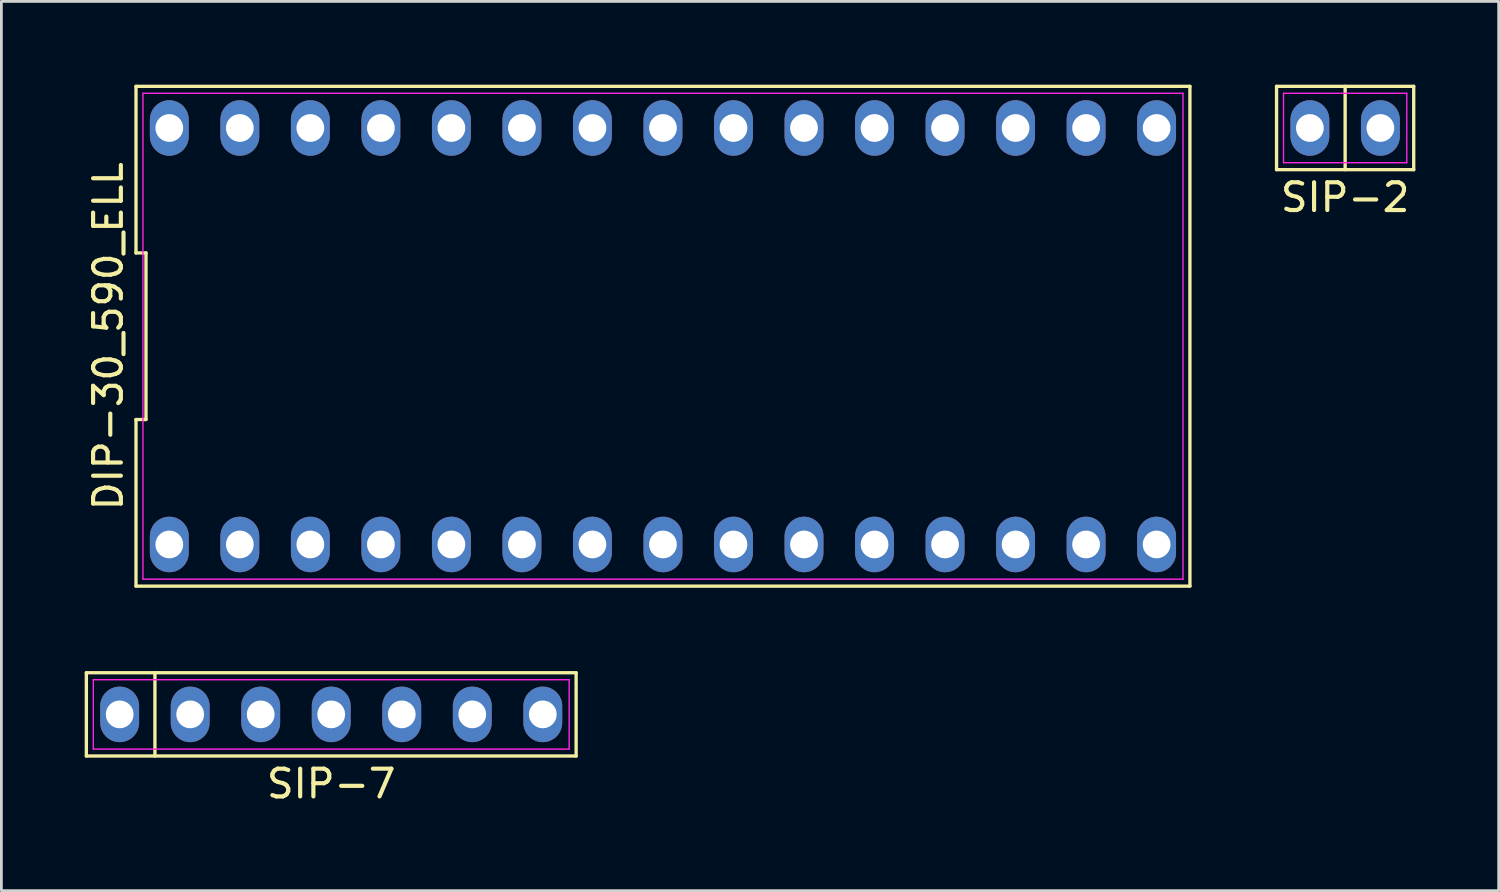
<source format=kicad_pcb>
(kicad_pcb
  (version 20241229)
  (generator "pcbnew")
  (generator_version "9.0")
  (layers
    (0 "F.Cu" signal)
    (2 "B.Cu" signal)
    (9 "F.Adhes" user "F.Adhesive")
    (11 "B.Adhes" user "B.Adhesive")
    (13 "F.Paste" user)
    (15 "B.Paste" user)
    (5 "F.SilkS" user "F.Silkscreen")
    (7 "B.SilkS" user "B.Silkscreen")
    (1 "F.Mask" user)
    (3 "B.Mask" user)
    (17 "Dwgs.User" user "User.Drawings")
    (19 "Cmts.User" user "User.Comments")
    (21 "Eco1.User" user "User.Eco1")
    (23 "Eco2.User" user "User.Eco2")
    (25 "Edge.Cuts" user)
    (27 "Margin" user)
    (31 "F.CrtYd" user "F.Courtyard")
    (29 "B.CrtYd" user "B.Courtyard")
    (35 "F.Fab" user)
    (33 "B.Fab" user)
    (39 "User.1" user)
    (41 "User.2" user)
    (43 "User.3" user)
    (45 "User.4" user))
  (footprint "SIP-2"
    (layer "F.Cu")
    (at 45.398 1.56)
    (property "Reference" "SIP-2" (at 0 2.5 0) (layer "F.SilkS") (effects (font (size 1 1) (thickness 0.15))))
    (attr through_hole)
    (fp_line (start -2.47 -1.5) (end 2.47 -1.5) (stroke (width 0.12) (type solid)) (layer "F.SilkS"))
    (fp_line (start -2.47 1.5) (end -2.47 -1.5) (stroke (width 0.12) (type solid)) (layer "F.SilkS"))
    (fp_line (start 0 -1.5) (end 0 1.5) (stroke (width 0.12) (type solid)) (layer "F.SilkS"))
    (fp_line (start 2.47 -1.5) (end 2.47 1.5) (stroke (width 0.12) (type solid)) (layer "F.SilkS"))
    (fp_line (start 2.47 1.5) (end -2.47 1.5) (stroke (width 0.12) (type solid)) (layer "F.SilkS"))
    (fp_line (start -2.22 -1.25) (end 2.22 -1.25) (stroke (width 0.05) (type solid)) (layer "F.CrtYd"))
    (fp_line (start -2.22 1.25) (end -2.22 -1.25) (stroke (width 0.05) (type solid)) (layer "F.CrtYd"))
    (fp_line (start 2.22 -1.25) (end 2.22 1.25) (stroke (width 0.05) (type solid)) (layer "F.CrtYd"))
    (fp_line (start 2.22 1.25) (end -2.22 1.25) (stroke (width 0.05) (type solid)) (layer "F.CrtYd"))
    (pad "1" thru_hole oval (at -1.27 0) (size 1.4 2) (drill 1) (layers "*.Cu" "*.Mask"))
    (pad "2" thru_hole oval (at 1.27 0) (size 1.4 2) (drill 1) (layers "*.Cu" "*.Mask")))
  (footprint "SIP-7"
    (layer "F.Cu")
    (at 8.88 22.68)
    (property "Reference" "SIP-7" (at 0 2.5 0) (layer "F.SilkS") (effects (font (size 1 1) (thickness 0.15))))
    (attr through_hole)
    (fp_line (start -8.82 -1.5) (end 8.82 -1.5) (stroke (width 0.12) (type solid)) (layer "F.SilkS"))
    (fp_line (start -8.82 1.5) (end -8.82 -1.5) (stroke (width 0.12) (type solid)) (layer "F.SilkS"))
    (fp_line (start -6.35 -1.5) (end -6.35 1.5) (stroke (width 0.12) (type solid)) (layer "F.SilkS"))
    (fp_line (start 8.82 -1.5) (end 8.82 1.5) (stroke (width 0.12) (type solid)) (layer "F.SilkS"))
    (fp_line (start 8.82 1.5) (end -8.82 1.5) (stroke (width 0.12) (type solid)) (layer "F.SilkS"))
    (fp_line (start -8.57 -1.25) (end 8.57 -1.25) (stroke (width 0.05) (type solid)) (layer "F.CrtYd"))
    (fp_line (start -8.57 1.25) (end -8.57 -1.25) (stroke (width 0.05) (type solid)) (layer "F.CrtYd"))
    (fp_line (start 8.57 -1.25) (end 8.57 1.25) (stroke (width 0.05) (type solid)) (layer "F.CrtYd"))
    (fp_line (start 8.57 1.25) (end -8.57 1.25) (stroke (width 0.05) (type solid)) (layer "F.CrtYd"))
    (pad "1" thru_hole oval (at -7.62 0) (size 1.4 2) (drill 1) (layers "*.Cu" "*.Mask"))
    (pad "2" thru_hole oval (at -5.08 0) (size 1.4 2) (drill 1) (layers "*.Cu" "*.Mask"))
    (pad "3" thru_hole oval (at -2.54 0) (size 1.4 2) (drill 1) (layers "*.Cu" "*.Mask"))
    (pad "4" thru_hole oval (at 0 0) (size 1.4 2) (drill 1) (layers "*.Cu" "*.Mask"))
    (pad "5" thru_hole oval (at 2.54 0) (size 1.4 2) (drill 1) (layers "*.Cu" "*.Mask"))
    (pad "6" thru_hole oval (at 5.08 0) (size 1.4 2) (drill 1) (layers "*.Cu" "*.Mask"))
    (pad "7" thru_hole oval (at 7.62 0) (size 1.4 2) (drill 1) (layers "*.Cu" "*.Mask")))
  (footprint "DIP-30_590_ELL"
    (layer "F.Cu")
    (at 20.828 9.06)
    (property "Reference" "DIP-30_590_ELL" (at -19.98 0 90) (layer "F.SilkS") (effects (font (size 1 1) (thickness 0.15))))
    (attr through_hole)
    (fp_line (start -18.98 -9) (end -18.98 -3) (stroke (width 0.12) (type solid)) (layer "F.SilkS"))
    (fp_line (start -18.98 -3) (end -18.62 -3) (stroke (width 0.12) (type solid)) (layer "F.SilkS"))
    (fp_line (start -18.98 3) (end -18.98 9) (stroke (width 0.12) (type solid)) (layer "F.SilkS"))
    (fp_line (start -18.98 9) (end 18.98 9) (stroke (width 0.12) (type solid)) (layer "F.SilkS"))
    (fp_line (start -18.62 -3) (end -18.62 3) (stroke (width 0.12) (type solid)) (layer "F.SilkS"))
    (fp_line (start -18.62 3) (end -18.98 3) (stroke (width 0.12) (type solid)) (layer "F.SilkS"))
    (fp_line (start 18.98 -9) (end -18.98 -9) (stroke (width 0.12) (type solid)) (layer "F.SilkS"))
    (fp_line (start 18.98 9) (end 18.98 -9) (stroke (width 0.12) (type solid)) (layer "F.SilkS"))
    (fp_line (start -18.73 -8.75) (end 18.73 -8.75) (stroke (width 0.05) (type solid)) (layer "F.CrtYd"))
    (fp_line (start -18.73 8.75) (end -18.73 -8.75) (stroke (width 0.05) (type solid)) (layer "F.CrtYd"))
    (fp_line (start 18.73 -8.75) (end 18.73 8.75) (stroke (width 0.05) (type solid)) (layer "F.CrtYd"))
    (fp_line (start 18.73 8.75) (end -18.73 8.75) (stroke (width 0.05) (type solid)) (layer "F.CrtYd"))
    (pad "1" thru_hole oval (at -17.78 7.5) (size 1.4 2) (drill 1) (layers "*.Cu" "*.Mask"))
    (pad "2" thru_hole oval (at -15.24 7.5) (size 1.4 2) (drill 1) (layers "*.Cu" "*.Mask"))
    (pad "3" thru_hole oval (at -12.7 7.5) (size 1.4 2) (drill 1) (layers "*.Cu" "*.Mask"))
    (pad "4" thru_hole oval (at -10.16 7.5) (size 1.4 2) (drill 1) (layers "*.Cu" "*.Mask"))
    (pad "5" thru_hole oval (at -7.62 7.5) (size 1.4 2) (drill 1) (layers "*.Cu" "*.Mask"))
    (pad "6" thru_hole oval (at -5.08 7.5) (size 1.4 2) (drill 1) (layers "*.Cu" "*.Mask"))
    (pad "7" thru_hole oval (at -2.54 7.5) (size 1.4 2) (drill 1) (layers "*.Cu" "*.Mask"))
    (pad "8" thru_hole oval (at 0 7.5) (size 1.4 2) (drill 1) (layers "*.Cu" "*.Mask"))
    (pad "9" thru_hole oval (at 2.54 7.5) (size 1.4 2) (drill 1) (layers "*.Cu" "*.Mask"))
    (pad "10" thru_hole oval (at 5.08 7.5) (size 1.4 2) (drill 1) (layers "*.Cu" "*.Mask"))
    (pad "11" thru_hole oval (at 7.62 7.5) (size 1.4 2) (drill 1) (layers "*.Cu" "*.Mask"))
    (pad "12" thru_hole oval (at 10.16 7.5) (size 1.4 2) (drill 1) (layers "*.Cu" "*.Mask"))
    (pad "13" thru_hole oval (at 12.7 7.5) (size 1.4 2) (drill 1) (layers "*.Cu" "*.Mask"))
    (pad "14" thru_hole oval (at 15.24 7.5) (size 1.4 2) (drill 1) (layers "*.Cu" "*.Mask"))
    (pad "15" thru_hole oval (at 17.78 7.5) (size 1.4 2) (drill 1) (layers "*.Cu" "*.Mask"))
    (pad "16" thru_hole oval (at 17.78 -7.5) (size 1.4 2) (drill 1) (layers "*.Cu" "*.Mask"))
    (pad "17" thru_hole oval (at 15.24 -7.5) (size 1.4 2) (drill 1) (layers "*.Cu" "*.Mask"))
    (pad "18" thru_hole oval (at 12.7 -7.5) (size 1.4 2) (drill 1) (layers "*.Cu" "*.Mask"))
    (pad "19" thru_hole oval (at 10.16 -7.5) (size 1.4 2) (drill 1) (layers "*.Cu" "*.Mask"))
    (pad "20" thru_hole oval (at 7.62 -7.5) (size 1.4 2) (drill 1) (layers "*.Cu" "*.Mask"))
    (pad "21" thru_hole oval (at 5.08 -7.5) (size 1.4 2) (drill 1) (layers "*.Cu" "*.Mask"))
    (pad "22" thru_hole oval (at 2.54 -7.5) (size 1.4 2) (drill 1) (layers "*.Cu" "*.Mask"))
    (pad "23" thru_hole oval (at 0 -7.5) (size 1.4 2) (drill 1) (layers "*.Cu" "*.Mask"))
    (pad "24" thru_hole oval (at -2.54 -7.5) (size 1.4 2) (drill 1) (layers "*.Cu" "*.Mask"))
    (pad "25" thru_hole oval (at -5.08 -7.5) (size 1.4 2) (drill 1) (layers "*.Cu" "*.Mask"))
    (pad "26" thru_hole oval (at -7.62 -7.5) (size 1.4 2) (drill 1) (layers "*.Cu" "*.Mask"))
    (pad "27" thru_hole oval (at -10.16 -7.5) (size 1.4 2) (drill 1) (layers "*.Cu" "*.Mask"))
    (pad "28" thru_hole oval (at -12.7 -7.5) (size 1.4 2) (drill 1) (layers "*.Cu" "*.Mask"))
    (pad "29" thru_hole oval (at -15.24 -7.5) (size 1.4 2) (drill 1) (layers "*.Cu" "*.Mask"))
    (pad "30" thru_hole oval (at -17.78 -7.5) (size 1.4 2) (drill 1) (layers "*.Cu" "*.Mask")))
  (gr_rect
    (start -3 -3)
    (end 50.928 29.028)
    (stroke (width 0.1) (type default))
    (fill no)
    (layer "Edge.Cuts")))
</source>
